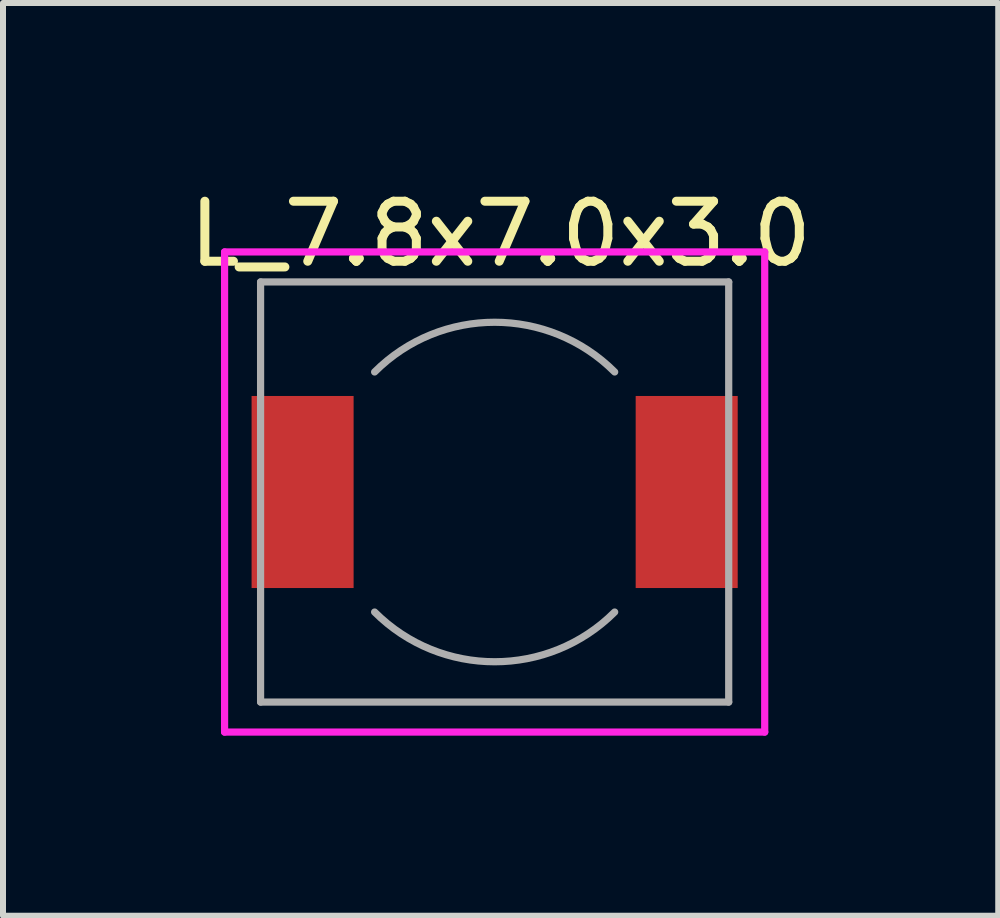
<source format=kicad_pcb>
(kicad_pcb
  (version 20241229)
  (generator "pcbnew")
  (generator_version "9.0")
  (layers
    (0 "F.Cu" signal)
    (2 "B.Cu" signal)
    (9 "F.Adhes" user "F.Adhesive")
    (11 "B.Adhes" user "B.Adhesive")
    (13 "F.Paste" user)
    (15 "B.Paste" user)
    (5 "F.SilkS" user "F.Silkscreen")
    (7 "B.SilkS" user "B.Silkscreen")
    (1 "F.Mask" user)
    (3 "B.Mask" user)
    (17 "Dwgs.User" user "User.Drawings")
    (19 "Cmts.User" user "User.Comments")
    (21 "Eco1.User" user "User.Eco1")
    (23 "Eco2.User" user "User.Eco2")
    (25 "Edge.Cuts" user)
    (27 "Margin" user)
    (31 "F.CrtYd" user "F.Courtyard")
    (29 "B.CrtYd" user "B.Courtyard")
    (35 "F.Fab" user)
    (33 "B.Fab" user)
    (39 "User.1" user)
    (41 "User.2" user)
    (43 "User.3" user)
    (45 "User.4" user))
  (footprint "L_7.8x7.0x3.0"
    (layer "F.Cu")
    (at 5.192 5.148)
    (property "Reference" "L_7.8x7.0x3.0" (at 0.1 -4.3 0) (layer "F.SilkS") (effects (font (size 1 1) (thickness 0.15))))
    (attr through_hole)
    (fp_line (start -4.5 -4) (end 4.5 -4) (stroke (width 0.12) (type solid)) (layer "F.CrtYd"))
    (fp_line (start -4.5 4) (end -4.5 -4) (stroke (width 0.12) (type solid)) (layer "F.CrtYd"))
    (fp_line (start 4.5 -4) (end 4.5 4) (stroke (width 0.12) (type solid)) (layer "F.CrtYd"))
    (fp_line (start 4.5 4) (end -4.5 4) (stroke (width 0.12) (type solid)) (layer "F.CrtYd"))
    (fp_line (start -3.9 -3.5) (end 3.9 -3.5) (stroke (width 0.12) (type solid)) (layer "F.Fab"))
    (fp_line (start -3.9 3.5) (end -3.9 -3.5) (stroke (width 0.12) (type solid)) (layer "F.Fab"))
    (fp_line (start 3.9 -3.5) (end 3.9 3.5) (stroke (width 0.12) (type solid)) (layer "F.Fab"))
    (fp_line (start 3.9 3.5) (end -3.9 3.5) (stroke (width 0.12) (type solid)) (layer "F.Fab"))
    (fp_arc (start -1.999999 -1.999999) (mid 0 -2.828426) (end 1.999999 -1.999999) (stroke (width 0.12) (type solid)) (layer "F.Fab"))
    (fp_arc (start 1.999999 1.999999) (mid 0 2.828426) (end -1.999999 1.999999) (stroke (width 0.12) (type solid)) (layer "F.Fab"))
    (pad "1" smd rect (at -3.2 0) (size 1.7 3.2) (layers "F.Cu" "F.Mask" "F.Paste"))
    (pad "2" smd rect (at 3.2 0) (size 1.7 3.2) (layers "F.Cu" "F.Mask" "F.Paste")))
  (gr_rect
    (start -3 -3)
    (end 13.583 12.208)
    (stroke (width 0.1) (type default))
    (fill no)
    (layer "Edge.Cuts")))
</source>
